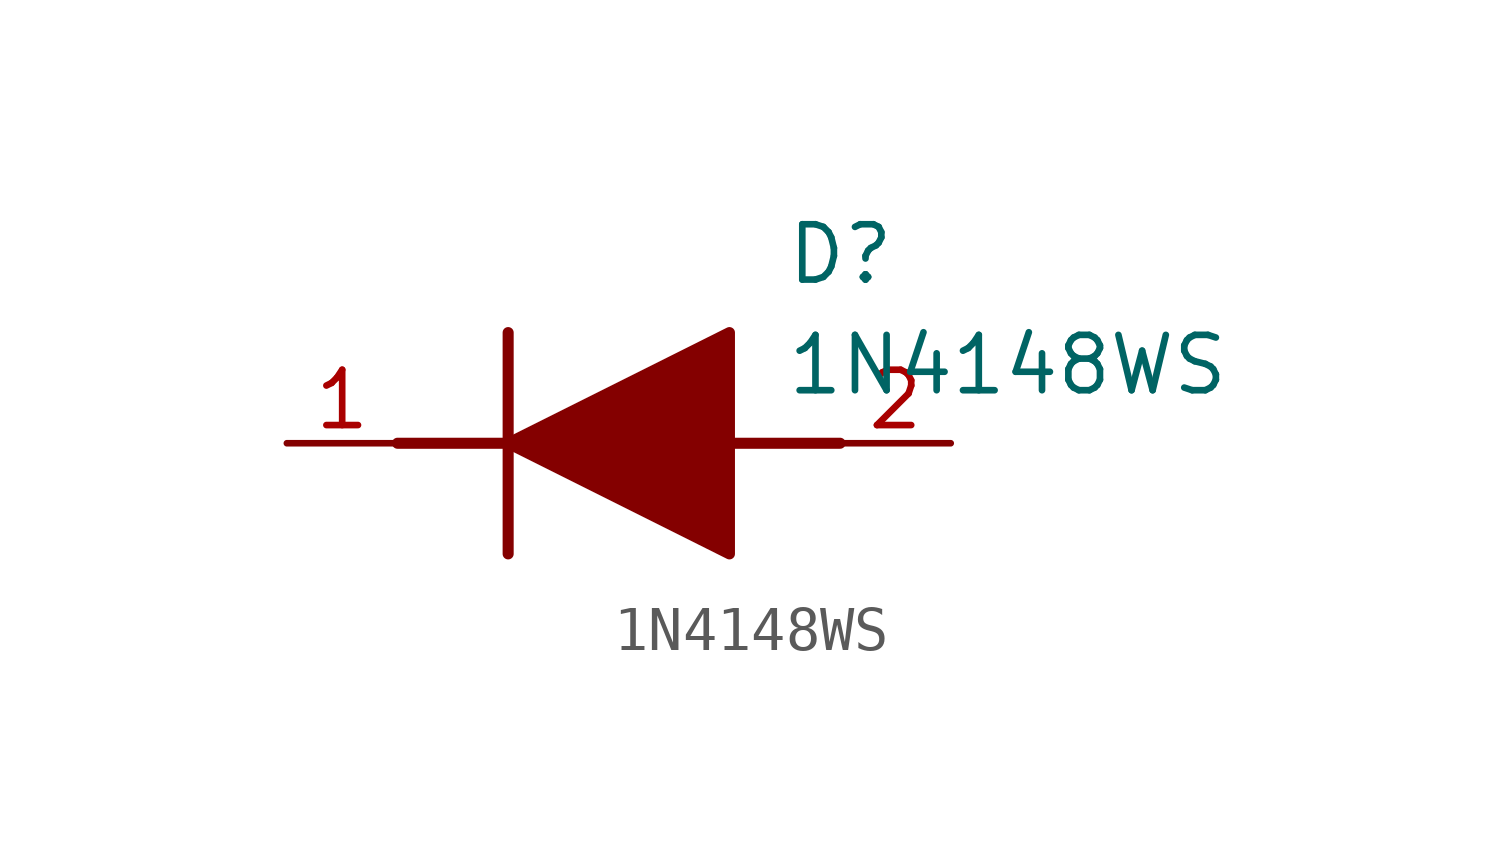
<source format=kicad_sym>
(kicad_symbol_lib
  (version 20231120)
  (generator "kicad_symbol_editor")
  (generator_version "8.0")
  (symbol "1N4148WS"
    (pin_names hide)
    (property "Reference" "D"
      (at 11.43 5.08 0)
      (effects (font (size 1.27 1.27)) (justify left top)))
    (property "Value" "1N4148WS"
      (at 11.43 2.54 0)
      (effects (font (size 1.27 1.27)) (justify left top)))
    (symbol "1N4148WS_1_1"
      (polyline (pts (xy 2.54 0) (xy 5.08 0)) (stroke (width 0.254) (type default)) (fill (type none)))
      (polyline (pts (xy 5.08 2.54) (xy 5.08 -2.54)) (stroke (width 0.254) (type default)) (fill (type none)))
      (polyline (pts (xy 10.16 0) (xy 12.7 0)) (stroke (width 0.254) (type default)) (fill (type none)))
      (polyline (pts (xy 5.08 0) (xy 10.16 2.54) (xy 10.16 -2.54) (xy 5.08 0)) (stroke (width 0.254) (type default)) (fill (type outline)))
      (pin passive line (at 0 0 0) (length 2.54) (name "K" (effects (font (size 1.27 1.27)))) (number "1" (effects (font (size 1.27 1.27)))))
      (pin passive line (at 15.24 0 180) (length 2.54) (name "A" (effects (font (size 1.27 1.27)))) (number "2" (effects (font (size 1.27 1.27))))))))
</source>
